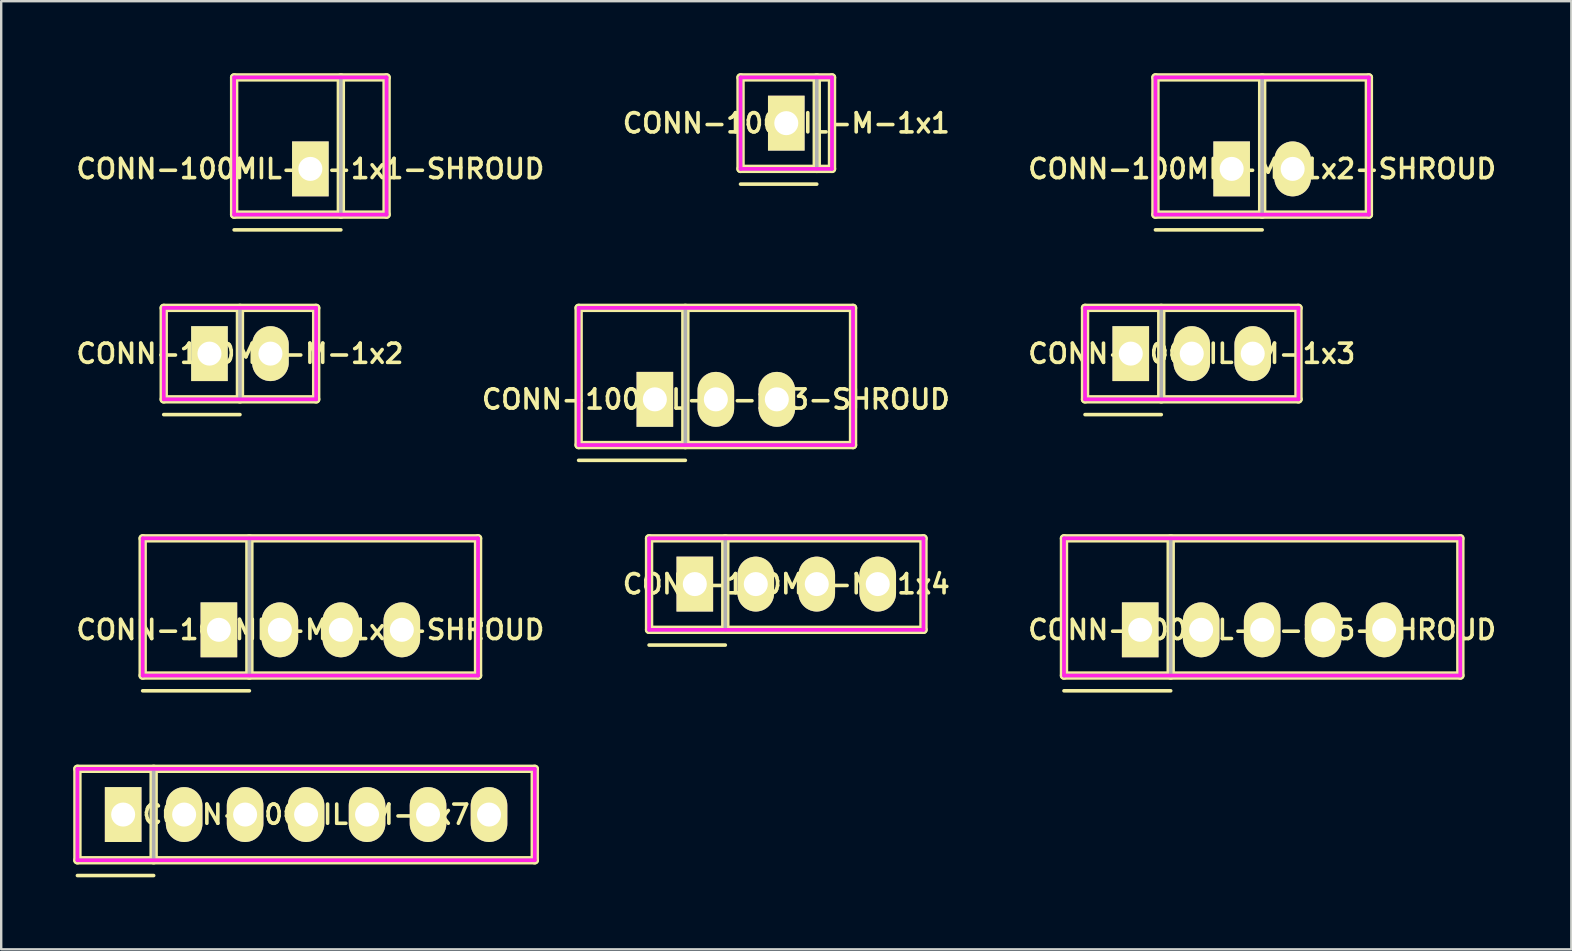
<source format=kicad_pcb>
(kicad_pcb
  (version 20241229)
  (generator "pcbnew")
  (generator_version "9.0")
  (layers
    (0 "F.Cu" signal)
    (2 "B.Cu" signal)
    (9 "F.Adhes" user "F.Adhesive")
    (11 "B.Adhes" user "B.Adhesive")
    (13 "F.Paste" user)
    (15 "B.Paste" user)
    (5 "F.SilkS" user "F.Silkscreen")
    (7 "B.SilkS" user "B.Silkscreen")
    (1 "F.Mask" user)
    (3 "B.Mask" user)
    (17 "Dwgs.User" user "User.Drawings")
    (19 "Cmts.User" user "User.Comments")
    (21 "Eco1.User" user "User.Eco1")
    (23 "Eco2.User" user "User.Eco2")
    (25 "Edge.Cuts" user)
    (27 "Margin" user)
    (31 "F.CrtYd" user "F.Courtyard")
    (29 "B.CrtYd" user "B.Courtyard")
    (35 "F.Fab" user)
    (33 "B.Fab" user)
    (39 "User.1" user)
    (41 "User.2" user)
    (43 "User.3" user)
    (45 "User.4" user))
  (footprint "CONN-100MIL-M-1x2-SHROUD"
    (layer "F.Cu")
    (at 49.525 3.985)
    (property "Reference" "CONN-100MIL-M-1x2-SHROUD" (at 0 0 0) (layer "F.SilkS") (effects (font (size 0.8 0.8) (thickness 0.15))))
    (attr through_hole)
    (fp_line (start -4.445 -3.81) (end 4.445 -3.81) (stroke (width 0.35) (type solid)) (layer "F.SilkS"))
    (fp_line (start -4.445 1.905) (end -4.445 -3.81) (stroke (width 0.35) (type solid)) (layer "F.SilkS"))
    (fp_line (start -4.445 2.54) (end 0 2.54) (stroke (width 0.15) (type solid)) (layer "F.SilkS"))
    (fp_line (start 0 -3.81) (end 0 1.905) (stroke (width 0.35) (type solid)) (layer "F.SilkS"))
    (fp_line (start 4.445 -3.81) (end 4.445 1.905) (stroke (width 0.35) (type solid)) (layer "F.SilkS"))
    (fp_line (start 4.445 1.905) (end -4.445 1.905) (stroke (width 0.35) (type solid)) (layer "F.SilkS"))
    (fp_line (start -4.445 -3.81) (end 4.445 -3.81) (stroke (width 0.15) (type solid)) (layer "F.CrtYd"))
    (fp_line (start -4.445 1.905) (end -4.445 -3.81) (stroke (width 0.15) (type solid)) (layer "F.CrtYd"))
    (fp_line (start 4.445 -3.81) (end 4.445 1.905) (stroke (width 0.15) (type solid)) (layer "F.CrtYd"))
    (fp_line (start 4.445 1.905) (end -4.445 1.905) (stroke (width 0.15) (type solid)) (layer "F.CrtYd"))
    (fp_line (start -4.445 -3.81) (end 4.445 -3.81) (stroke (width 0.15) (type solid)) (layer "F.Fab"))
    (fp_line (start -4.445 1.905) (end -4.445 -3.81) (stroke (width 0.15) (type solid)) (layer "F.Fab"))
    (fp_line (start 0 -3.81) (end 0 1.905) (stroke (width 0.15) (type solid)) (layer "F.Fab"))
    (fp_line (start 4.445 -3.81) (end 4.445 1.905) (stroke (width 0.15) (type solid)) (layer "F.Fab"))
    (fp_line (start 4.445 1.905) (end -4.445 1.905) (stroke (width 0.15) (type solid)) (layer "F.Fab"))
    (pad "1" thru_hole rect (at -1.27 0) (size 1.524 2.286) (drill 1) (layers "*.Cu" "*.Mask" "F.SilkS"))
    (pad "2" thru_hole oval (at 1.27 0) (size 1.524 2.286) (drill 1) (layers "*.Cu" "*.Mask" "F.SilkS")))
  (footprint "CONN-100MIL-M-1x1-SHROUD"
    (layer "F.Cu")
    (at 9.878 3.985)
    (property "Reference" "CONN-100MIL-M-1x1-SHROUD" (at 0 0 0) (layer "F.SilkS") (effects (font (size 0.8 0.8) (thickness 0.15))))
    (attr through_hole)
    (fp_line (start -3.175 -3.81) (end 3.175 -3.81) (stroke (width 0.35) (type solid)) (layer "F.SilkS"))
    (fp_line (start -3.175 1.905) (end -3.175 -3.81) (stroke (width 0.35) (type solid)) (layer "F.SilkS"))
    (fp_line (start -3.175 2.54) (end 1.27 2.54) (stroke (width 0.15) (type solid)) (layer "F.SilkS"))
    (fp_line (start 1.27 -3.81) (end 1.27 1.905) (stroke (width 0.35) (type solid)) (layer "F.SilkS"))
    (fp_line (start 3.175 -3.81) (end 3.175 1.905) (stroke (width 0.35) (type solid)) (layer "F.SilkS"))
    (fp_line (start 3.175 1.905) (end -3.175 1.905) (stroke (width 0.35) (type solid)) (layer "F.SilkS"))
    (fp_line (start -3.175 -3.81) (end 3.175 -3.81) (stroke (width 0.15) (type solid)) (layer "F.CrtYd"))
    (fp_line (start -3.175 1.905) (end -3.175 -3.81) (stroke (width 0.15) (type solid)) (layer "F.CrtYd"))
    (fp_line (start 3.175 -3.81) (end 3.175 1.905) (stroke (width 0.15) (type solid)) (layer "F.CrtYd"))
    (fp_line (start 3.175 1.905) (end -3.175 1.905) (stroke (width 0.15) (type solid)) (layer "F.CrtYd"))
    (fp_line (start -3.175 -3.81) (end 3.175 -3.81) (stroke (width 0.15) (type solid)) (layer "F.Fab"))
    (fp_line (start -3.175 1.905) (end -3.175 -3.81) (stroke (width 0.15) (type solid)) (layer "F.Fab"))
    (fp_line (start 1.27 -3.81) (end 1.27 1.905) (stroke (width 0.15) (type solid)) (layer "F.Fab"))
    (fp_line (start 3.175 -3.81) (end 3.175 1.905) (stroke (width 0.15) (type solid)) (layer "F.Fab"))
    (fp_line (start 3.175 1.905) (end -3.175 1.905) (stroke (width 0.15) (type solid)) (layer "F.Fab"))
    (pad "1" thru_hole rect (at 0 0) (size 1.524 2.286) (drill 1) (layers "*.Cu" "*.Mask" "F.SilkS")))
  (footprint "CONN-100MIL-M-1x4"
    (layer "F.Cu")
    (at 29.702 21.28)
    (property "Reference" "CONN-100MIL-M-1x4" (at 0 0 0) (layer "F.SilkS") (effects (font (size 0.8 0.8) (thickness 0.15))))
    (attr through_hole)
    (fp_line (start -5.715 -1.905) (end 5.715 -1.905) (stroke (width 0.35) (type solid)) (layer "F.SilkS"))
    (fp_line (start -5.715 1.905) (end -5.715 -1.905) (stroke (width 0.35) (type solid)) (layer "F.SilkS"))
    (fp_line (start -5.715 2.54) (end -2.54 2.54) (stroke (width 0.15) (type solid)) (layer "F.SilkS"))
    (fp_line (start -2.54 -1.905) (end -2.54 1.905) (stroke (width 0.35) (type solid)) (layer "F.SilkS"))
    (fp_line (start 5.715 -1.905) (end 5.715 1.905) (stroke (width 0.35) (type solid)) (layer "F.SilkS"))
    (fp_line (start 5.715 1.905) (end -5.715 1.905) (stroke (width 0.35) (type solid)) (layer "F.SilkS"))
    (fp_line (start -5.715 -1.905) (end 5.715 -1.905) (stroke (width 0.15) (type solid)) (layer "F.CrtYd"))
    (fp_line (start -5.715 1.905) (end -5.715 -1.905) (stroke (width 0.15) (type solid)) (layer "F.CrtYd"))
    (fp_line (start 5.715 -1.905) (end 5.715 1.905) (stroke (width 0.15) (type solid)) (layer "F.CrtYd"))
    (fp_line (start 5.715 1.905) (end -5.715 1.905) (stroke (width 0.15) (type solid)) (layer "F.CrtYd"))
    (fp_line (start -5.715 -1.905) (end 5.715 -1.905) (stroke (width 0.15) (type solid)) (layer "F.Fab"))
    (fp_line (start -5.715 1.905) (end -5.715 -1.905) (stroke (width 0.15) (type solid)) (layer "F.Fab"))
    (fp_line (start -2.54 -1.905) (end -2.54 1.905) (stroke (width 0.15) (type solid)) (layer "F.Fab"))
    (fp_line (start 5.715 -1.905) (end 5.715 1.905) (stroke (width 0.15) (type solid)) (layer "F.Fab"))
    (fp_line (start 5.715 1.905) (end -5.715 1.905) (stroke (width 0.15) (type solid)) (layer "F.Fab"))
    (pad "1" thru_hole rect (at -3.81 0) (size 1.524 2.286) (drill 1) (layers "*.Cu" "*.Mask" "F.SilkS"))
    (pad "2" thru_hole oval (at -1.27 0) (size 1.524 2.286) (drill 1) (layers "*.Cu" "*.Mask" "F.SilkS"))
    (pad "3" thru_hole oval (at 1.27 0) (size 1.524 2.286) (drill 1) (layers "*.Cu" "*.Mask" "F.SilkS"))
    (pad "4" thru_hole oval (at 3.81 0) (size 1.524 2.286) (drill 1) (layers "*.Cu" "*.Mask" "F.SilkS")))
  (footprint "CONN-100MIL-M-1x1"
    (layer "F.Cu")
    (at 29.702 2.08)
    (property "Reference" "CONN-100MIL-M-1x1" (at 0 0 0) (layer "F.SilkS") (effects (font (size 0.8 0.8) (thickness 0.15))))
    (attr through_hole)
    (fp_line (start -1.905 -1.905) (end 1.905 -1.905) (stroke (width 0.35) (type solid)) (layer "F.SilkS"))
    (fp_line (start -1.905 1.905) (end -1.905 -1.905) (stroke (width 0.35) (type solid)) (layer "F.SilkS"))
    (fp_line (start -1.905 2.54) (end 1.27 2.54) (stroke (width 0.15) (type solid)) (layer "F.SilkS"))
    (fp_line (start 1.27 -1.905) (end 1.27 1.905) (stroke (width 0.35) (type solid)) (layer "F.SilkS"))
    (fp_line (start 1.905 -1.905) (end 1.905 1.905) (stroke (width 0.35) (type solid)) (layer "F.SilkS"))
    (fp_line (start 1.905 1.905) (end -1.905 1.905) (stroke (width 0.35) (type solid)) (layer "F.SilkS"))
    (fp_line (start -1.905 -1.905) (end 1.905 -1.905) (stroke (width 0.15) (type solid)) (layer "F.CrtYd"))
    (fp_line (start -1.905 1.905) (end -1.905 -1.905) (stroke (width 0.15) (type solid)) (layer "F.CrtYd"))
    (fp_line (start 1.905 -1.905) (end 1.905 1.905) (stroke (width 0.15) (type solid)) (layer "F.CrtYd"))
    (fp_line (start 1.905 1.905) (end -1.905 1.905) (stroke (width 0.15) (type solid)) (layer "F.CrtYd"))
    (fp_line (start -1.905 -1.905) (end 1.905 -1.905) (stroke (width 0.15) (type solid)) (layer "F.Fab"))
    (fp_line (start -1.905 1.905) (end -1.905 -1.905) (stroke (width 0.15) (type solid)) (layer "F.Fab"))
    (fp_line (start 1.27 -1.905) (end 1.27 1.905) (stroke (width 0.15) (type solid)) (layer "F.Fab"))
    (fp_line (start 1.905 -1.905) (end 1.905 1.905) (stroke (width 0.15) (type solid)) (layer "F.Fab"))
    (fp_line (start 1.905 1.905) (end -1.905 1.905) (stroke (width 0.15) (type solid)) (layer "F.Fab"))
    (pad "1" thru_hole rect (at 0 0) (size 1.524 2.286) (drill 1) (layers "*.Cu" "*.Mask" "F.SilkS")))
  (footprint "CONN-100MIL-M-1x3-SHROUD"
    (layer "F.Cu")
    (at 26.768 13.585)
    (property "Reference" "CONN-100MIL-M-1x3-SHROUD" (at 0 0 0) (layer "F.SilkS") (effects (font (size 0.8 0.8) (thickness 0.15))))
    (attr through_hole)
    (fp_line (start -5.715 -3.81) (end 5.715 -3.81) (stroke (width 0.35) (type solid)) (layer "F.SilkS"))
    (fp_line (start -5.715 1.905) (end -5.715 -3.81) (stroke (width 0.35) (type solid)) (layer "F.SilkS"))
    (fp_line (start -5.715 2.54) (end -1.27 2.54) (stroke (width 0.15) (type solid)) (layer "F.SilkS"))
    (fp_line (start -1.27 -3.81) (end -1.27 1.905) (stroke (width 0.35) (type solid)) (layer "F.SilkS"))
    (fp_line (start 5.715 -3.81) (end 5.715 1.905) (stroke (width 0.35) (type solid)) (layer "F.SilkS"))
    (fp_line (start 5.715 1.905) (end -5.715 1.905) (stroke (width 0.35) (type solid)) (layer "F.SilkS"))
    (fp_line (start -5.715 -3.81) (end 5.715 -3.81) (stroke (width 0.15) (type solid)) (layer "F.CrtYd"))
    (fp_line (start -5.715 1.905) (end -5.715 -3.81) (stroke (width 0.15) (type solid)) (layer "F.CrtYd"))
    (fp_line (start 5.715 -3.81) (end 5.715 1.905) (stroke (width 0.15) (type solid)) (layer "F.CrtYd"))
    (fp_line (start 5.715 1.905) (end -5.715 1.905) (stroke (width 0.15) (type solid)) (layer "F.CrtYd"))
    (fp_line (start -5.715 -3.81) (end 5.715 -3.81) (stroke (width 0.15) (type solid)) (layer "F.Fab"))
    (fp_line (start -5.715 1.905) (end -5.715 -3.81) (stroke (width 0.15) (type solid)) (layer "F.Fab"))
    (fp_line (start -1.27 -3.81) (end -1.27 1.905) (stroke (width 0.15) (type solid)) (layer "F.Fab"))
    (fp_line (start 5.715 -3.81) (end 5.715 1.905) (stroke (width 0.15) (type solid)) (layer "F.Fab"))
    (fp_line (start 5.715 1.905) (end -5.715 1.905) (stroke (width 0.15) (type solid)) (layer "F.Fab"))
    (pad "1" thru_hole rect (at -2.54 0) (size 1.524 2.286) (drill 1) (layers "*.Cu" "*.Mask" "F.SilkS"))
    (pad "2" thru_hole oval (at 0 0) (size 1.524 2.286) (drill 1) (layers "*.Cu" "*.Mask" "F.SilkS"))
    (pad "3" thru_hole oval (at 2.54 0) (size 1.524 2.286) (drill 1) (layers "*.Cu" "*.Mask" "F.SilkS")))
  (footprint "CONN-100MIL-M-1x5-SHROUD"
    (layer "F.Cu")
    (at 49.525 23.185)
    (property "Reference" "CONN-100MIL-M-1x5-SHROUD" (at 0 0 0) (layer "F.SilkS") (effects (font (size 0.8 0.8) (thickness 0.15))))
    (attr through_hole)
    (fp_line (start -8.255 -3.81) (end 8.255 -3.81) (stroke (width 0.35) (type solid)) (layer "F.SilkS"))
    (fp_line (start -8.255 1.905) (end -8.255 -3.81) (stroke (width 0.35) (type solid)) (layer "F.SilkS"))
    (fp_line (start -8.255 2.54) (end -3.81 2.54) (stroke (width 0.15) (type solid)) (layer "F.SilkS"))
    (fp_line (start -3.81 -3.81) (end -3.81 1.905) (stroke (width 0.35) (type solid)) (layer "F.SilkS"))
    (fp_line (start 8.255 -3.81) (end 8.255 1.905) (stroke (width 0.35) (type solid)) (layer "F.SilkS"))
    (fp_line (start 8.255 1.905) (end -8.255 1.905) (stroke (width 0.35) (type solid)) (layer "F.SilkS"))
    (fp_line (start -8.255 -3.81) (end 8.255 -3.81) (stroke (width 0.15) (type solid)) (layer "F.CrtYd"))
    (fp_line (start -8.255 1.905) (end -8.255 -3.81) (stroke (width 0.15) (type solid)) (layer "F.CrtYd"))
    (fp_line (start 8.255 -3.81) (end 8.255 1.905) (stroke (width 0.15) (type solid)) (layer "F.CrtYd"))
    (fp_line (start 8.255 1.905) (end -8.255 1.905) (stroke (width 0.15) (type solid)) (layer "F.CrtYd"))
    (fp_line (start -8.255 -3.81) (end 8.255 -3.81) (stroke (width 0.15) (type solid)) (layer "F.Fab"))
    (fp_line (start -8.255 1.905) (end -8.255 -3.81) (stroke (width 0.15) (type solid)) (layer "F.Fab"))
    (fp_line (start -3.81 -3.81) (end -3.81 1.905) (stroke (width 0.15) (type solid)) (layer "F.Fab"))
    (fp_line (start 8.255 -3.81) (end 8.255 1.905) (stroke (width 0.15) (type solid)) (layer "F.Fab"))
    (fp_line (start 8.255 1.905) (end -8.255 1.905) (stroke (width 0.15) (type solid)) (layer "F.Fab"))
    (pad "1" thru_hole rect (at -5.08 0) (size 1.524 2.286) (drill 1) (layers "*.Cu" "*.Mask" "F.SilkS"))
    (pad "2" thru_hole oval (at -2.54 0) (size 1.524 2.286) (drill 1) (layers "*.Cu" "*.Mask" "F.SilkS"))
    (pad "3" thru_hole oval (at 0 0) (size 1.524 2.286) (drill 1) (layers "*.Cu" "*.Mask" "F.SilkS"))
    (pad "4" thru_hole oval (at 2.54 0) (size 1.524 2.286) (drill 1) (layers "*.Cu" "*.Mask" "F.SilkS"))
    (pad "5" thru_hole oval (at 5.08 0) (size 1.524 2.286) (drill 1) (layers "*.Cu" "*.Mask" "F.SilkS")))
  (footprint "CONN-100MIL-M-1x7"
    (layer "F.Cu")
    (at 9.7 30.88)
    (property "Reference" "CONN-100MIL-M-1x7" (at 0 0 0) (layer "F.SilkS") (effects (font (size 0.8 0.8) (thickness 0.15))))
    (attr through_hole)
    (fp_line (start -9.525 -1.905) (end 9.525 -1.905) (stroke (width 0.35) (type solid)) (layer "F.SilkS"))
    (fp_line (start -9.525 1.905) (end -9.525 -1.905) (stroke (width 0.35) (type solid)) (layer "F.SilkS"))
    (fp_line (start -9.525 2.54) (end -6.35 2.54) (stroke (width 0.15) (type solid)) (layer "F.SilkS"))
    (fp_line (start -6.35 -1.905) (end -6.35 1.905) (stroke (width 0.35) (type solid)) (layer "F.SilkS"))
    (fp_line (start 9.525 -1.905) (end 9.525 1.905) (stroke (width 0.35) (type solid)) (layer "F.SilkS"))
    (fp_line (start 9.525 1.905) (end -9.525 1.905) (stroke (width 0.35) (type solid)) (layer "F.SilkS"))
    (fp_line (start -9.525 -1.905) (end 9.525 -1.905) (stroke (width 0.15) (type solid)) (layer "F.CrtYd"))
    (fp_line (start -9.525 1.905) (end -9.525 -1.905) (stroke (width 0.15) (type solid)) (layer "F.CrtYd"))
    (fp_line (start 9.525 -1.905) (end 9.525 1.905) (stroke (width 0.15) (type solid)) (layer "F.CrtYd"))
    (fp_line (start 9.525 1.905) (end -9.525 1.905) (stroke (width 0.15) (type solid)) (layer "F.CrtYd"))
    (fp_line (start -9.525 -1.905) (end 9.525 -1.905) (stroke (width 0.15) (type solid)) (layer "F.Fab"))
    (fp_line (start -9.525 1.905) (end -9.525 -1.905) (stroke (width 0.15) (type solid)) (layer "F.Fab"))
    (fp_line (start -6.35 -1.905) (end -6.35 1.905) (stroke (width 0.15) (type solid)) (layer "F.Fab"))
    (fp_line (start 9.525 -1.905) (end 9.525 1.905) (stroke (width 0.15) (type solid)) (layer "F.Fab"))
    (fp_line (start 9.525 1.905) (end -9.525 1.905) (stroke (width 0.15) (type solid)) (layer "F.Fab"))
    (pad "1" thru_hole rect (at -7.62 0) (size 1.524 2.286) (drill 1) (layers "*.Cu" "*.Mask" "F.SilkS"))
    (pad "2" thru_hole oval (at -5.08 0) (size 1.524 2.286) (drill 1) (layers "*.Cu" "*.Mask" "F.SilkS"))
    (pad "3" thru_hole oval (at -2.54 0) (size 1.524 2.286) (drill 1) (layers "*.Cu" "*.Mask" "F.SilkS"))
    (pad "4" thru_hole oval (at 0 0) (size 1.524 2.286) (drill 1) (layers "*.Cu" "*.Mask" "F.SilkS"))
    (pad "5" thru_hole oval (at 2.54 0) (size 1.524 2.286) (drill 1) (layers "*.Cu" "*.Mask" "F.SilkS"))
    (pad "6" thru_hole oval (at 5.08 0) (size 1.524 2.286) (drill 1) (layers "*.Cu" "*.Mask" "F.SilkS"))
    (pad "7" thru_hole oval (at 7.62 0) (size 1.524 2.286) (drill 1) (layers "*.Cu" "*.Mask" "F.SilkS")))
  (footprint "CONN-100MIL-M-1x2"
    (layer "F.Cu")
    (at 6.945 11.68)
    (property "Reference" "CONN-100MIL-M-1x2" (at 0 0 0) (layer "F.SilkS") (effects (font (size 0.8 0.8) (thickness 0.15))))
    (attr through_hole)
    (fp_line (start -3.175 -1.905) (end 3.175 -1.905) (stroke (width 0.35) (type solid)) (layer "F.SilkS"))
    (fp_line (start -3.175 1.905) (end -3.175 -1.905) (stroke (width 0.35) (type solid)) (layer "F.SilkS"))
    (fp_line (start -3.175 2.54) (end 0 2.54) (stroke (width 0.15) (type solid)) (layer "F.SilkS"))
    (fp_line (start 0 -1.905) (end 0 1.905) (stroke (width 0.35) (type solid)) (layer "F.SilkS"))
    (fp_line (start 3.175 -1.905) (end 3.175 1.905) (stroke (width 0.35) (type solid)) (layer "F.SilkS"))
    (fp_line (start 3.175 1.905) (end -3.175 1.905) (stroke (width 0.35) (type solid)) (layer "F.SilkS"))
    (fp_line (start -3.175 -1.905) (end 3.175 -1.905) (stroke (width 0.15) (type solid)) (layer "F.CrtYd"))
    (fp_line (start -3.175 1.905) (end -3.175 -1.905) (stroke (width 0.15) (type solid)) (layer "F.CrtYd"))
    (fp_line (start 3.175 -1.905) (end 3.175 1.905) (stroke (width 0.15) (type solid)) (layer "F.CrtYd"))
    (fp_line (start 3.175 1.905) (end -3.175 1.905) (stroke (width 0.15) (type solid)) (layer "F.CrtYd"))
    (fp_line (start -3.175 -1.905) (end 3.175 -1.905) (stroke (width 0.15) (type solid)) (layer "F.Fab"))
    (fp_line (start -3.175 1.905) (end -3.175 -1.905) (stroke (width 0.15) (type solid)) (layer "F.Fab"))
    (fp_line (start 0 -1.905) (end 0 1.905) (stroke (width 0.15) (type solid)) (layer "F.Fab"))
    (fp_line (start 3.175 -1.905) (end 3.175 1.905) (stroke (width 0.15) (type solid)) (layer "F.Fab"))
    (fp_line (start 3.175 1.905) (end -3.175 1.905) (stroke (width 0.15) (type solid)) (layer "F.Fab"))
    (pad "1" thru_hole rect (at -1.27 0) (size 1.524 2.286) (drill 1) (layers "*.Cu" "*.Mask" "F.SilkS"))
    (pad "2" thru_hole oval (at 1.27 0) (size 1.524 2.286) (drill 1) (layers "*.Cu" "*.Mask" "F.SilkS")))
  (footprint "CONN-100MIL-M-1x4-SHROUD"
    (layer "F.Cu")
    (at 9.878 23.185)
    (property "Reference" "CONN-100MIL-M-1x4-SHROUD" (at 0 0 0) (layer "F.SilkS") (effects (font (size 0.8 0.8) (thickness 0.15))))
    (attr through_hole)
    (fp_line (start -6.985 -3.81) (end 6.985 -3.81) (stroke (width 0.35) (type solid)) (layer "F.SilkS"))
    (fp_line (start -6.985 1.905) (end -6.985 -3.81) (stroke (width 0.35) (type solid)) (layer "F.SilkS"))
    (fp_line (start -6.985 2.54) (end -2.54 2.54) (stroke (width 0.15) (type solid)) (layer "F.SilkS"))
    (fp_line (start -2.54 -3.81) (end -2.54 1.905) (stroke (width 0.35) (type solid)) (layer "F.SilkS"))
    (fp_line (start 6.985 -3.81) (end 6.985 1.905) (stroke (width 0.35) (type solid)) (layer "F.SilkS"))
    (fp_line (start 6.985 1.905) (end -6.985 1.905) (stroke (width 0.35) (type solid)) (layer "F.SilkS"))
    (fp_line (start -6.985 -3.81) (end 6.985 -3.81) (stroke (width 0.15) (type solid)) (layer "F.CrtYd"))
    (fp_line (start -6.985 1.905) (end -6.985 -3.81) (stroke (width 0.15) (type solid)) (layer "F.CrtYd"))
    (fp_line (start 6.985 -3.81) (end 6.985 1.905) (stroke (width 0.15) (type solid)) (layer "F.CrtYd"))
    (fp_line (start 6.985 1.905) (end -6.985 1.905) (stroke (width 0.15) (type solid)) (layer "F.CrtYd"))
    (fp_line (start -6.985 -3.81) (end 6.985 -3.81) (stroke (width 0.15) (type solid)) (layer "F.Fab"))
    (fp_line (start -6.985 1.905) (end -6.985 -3.81) (stroke (width 0.15) (type solid)) (layer "F.Fab"))
    (fp_line (start -2.54 -3.81) (end -2.54 1.905) (stroke (width 0.15) (type solid)) (layer "F.Fab"))
    (fp_line (start 6.985 -3.81) (end 6.985 1.905) (stroke (width 0.15) (type solid)) (layer "F.Fab"))
    (fp_line (start 6.985 1.905) (end -6.985 1.905) (stroke (width 0.15) (type solid)) (layer "F.Fab"))
    (pad "1" thru_hole rect (at -3.81 0) (size 1.524 2.286) (drill 1) (layers "*.Cu" "*.Mask" "F.SilkS"))
    (pad "2" thru_hole oval (at -1.27 0) (size 1.524 2.286) (drill 1) (layers "*.Cu" "*.Mask" "F.SilkS"))
    (pad "3" thru_hole oval (at 1.27 0) (size 1.524 2.286) (drill 1) (layers "*.Cu" "*.Mask" "F.SilkS"))
    (pad "4" thru_hole oval (at 3.81 0) (size 1.524 2.286) (drill 1) (layers "*.Cu" "*.Mask" "F.SilkS")))
  (footprint "CONN-100MIL-M-1x3"
    (layer "F.Cu")
    (at 46.592 11.68)
    (property "Reference" "CONN-100MIL-M-1x3" (at 0 0 0) (layer "F.SilkS") (effects (font (size 0.8 0.8) (thickness 0.15))))
    (attr through_hole)
    (fp_line (start -4.445 -1.905) (end 4.445 -1.905) (stroke (width 0.35) (type solid)) (layer "F.SilkS"))
    (fp_line (start -4.445 1.905) (end -4.445 -1.905) (stroke (width 0.35) (type solid)) (layer "F.SilkS"))
    (fp_line (start -4.445 2.54) (end -1.27 2.54) (stroke (width 0.15) (type solid)) (layer "F.SilkS"))
    (fp_line (start -1.27 -1.905) (end -1.27 1.905) (stroke (width 0.35) (type solid)) (layer "F.SilkS"))
    (fp_line (start 4.445 -1.905) (end 4.445 1.905) (stroke (width 0.35) (type solid)) (layer "F.SilkS"))
    (fp_line (start 4.445 1.905) (end -4.445 1.905) (stroke (width 0.35) (type solid)) (layer "F.SilkS"))
    (fp_line (start -4.445 -1.905) (end 4.445 -1.905) (stroke (width 0.15) (type solid)) (layer "F.CrtYd"))
    (fp_line (start -4.445 1.905) (end -4.445 -1.905) (stroke (width 0.15) (type solid)) (layer "F.CrtYd"))
    (fp_line (start 4.445 -1.905) (end 4.445 1.905) (stroke (width 0.15) (type solid)) (layer "F.CrtYd"))
    (fp_line (start 4.445 1.905) (end -4.445 1.905) (stroke (width 0.15) (type solid)) (layer "F.CrtYd"))
    (fp_line (start -4.445 -1.905) (end 4.445 -1.905) (stroke (width 0.15) (type solid)) (layer "F.Fab"))
    (fp_line (start -4.445 1.905) (end -4.445 -1.905) (stroke (width 0.15) (type solid)) (layer "F.Fab"))
    (fp_line (start -1.27 -1.905) (end -1.27 1.905) (stroke (width 0.15) (type solid)) (layer "F.Fab"))
    (fp_line (start 4.445 -1.905) (end 4.445 1.905) (stroke (width 0.15) (type solid)) (layer "F.Fab"))
    (fp_line (start 4.445 1.905) (end -4.445 1.905) (stroke (width 0.15) (type solid)) (layer "F.Fab"))
    (pad "1" thru_hole rect (at -2.54 0) (size 1.524 2.286) (drill 1) (layers "*.Cu" "*.Mask" "F.SilkS"))
    (pad "2" thru_hole oval (at 0 0) (size 1.524 2.286) (drill 1) (layers "*.Cu" "*.Mask" "F.SilkS"))
    (pad "3" thru_hole oval (at 2.54 0) (size 1.524 2.286) (drill 1) (layers "*.Cu" "*.Mask" "F.SilkS")))
  (gr_rect
    (start -3 -3)
    (end 62.403 36.495)
    (stroke (width 0.1) (type default))
    (fill no)
    (layer "Edge.Cuts")))
</source>
